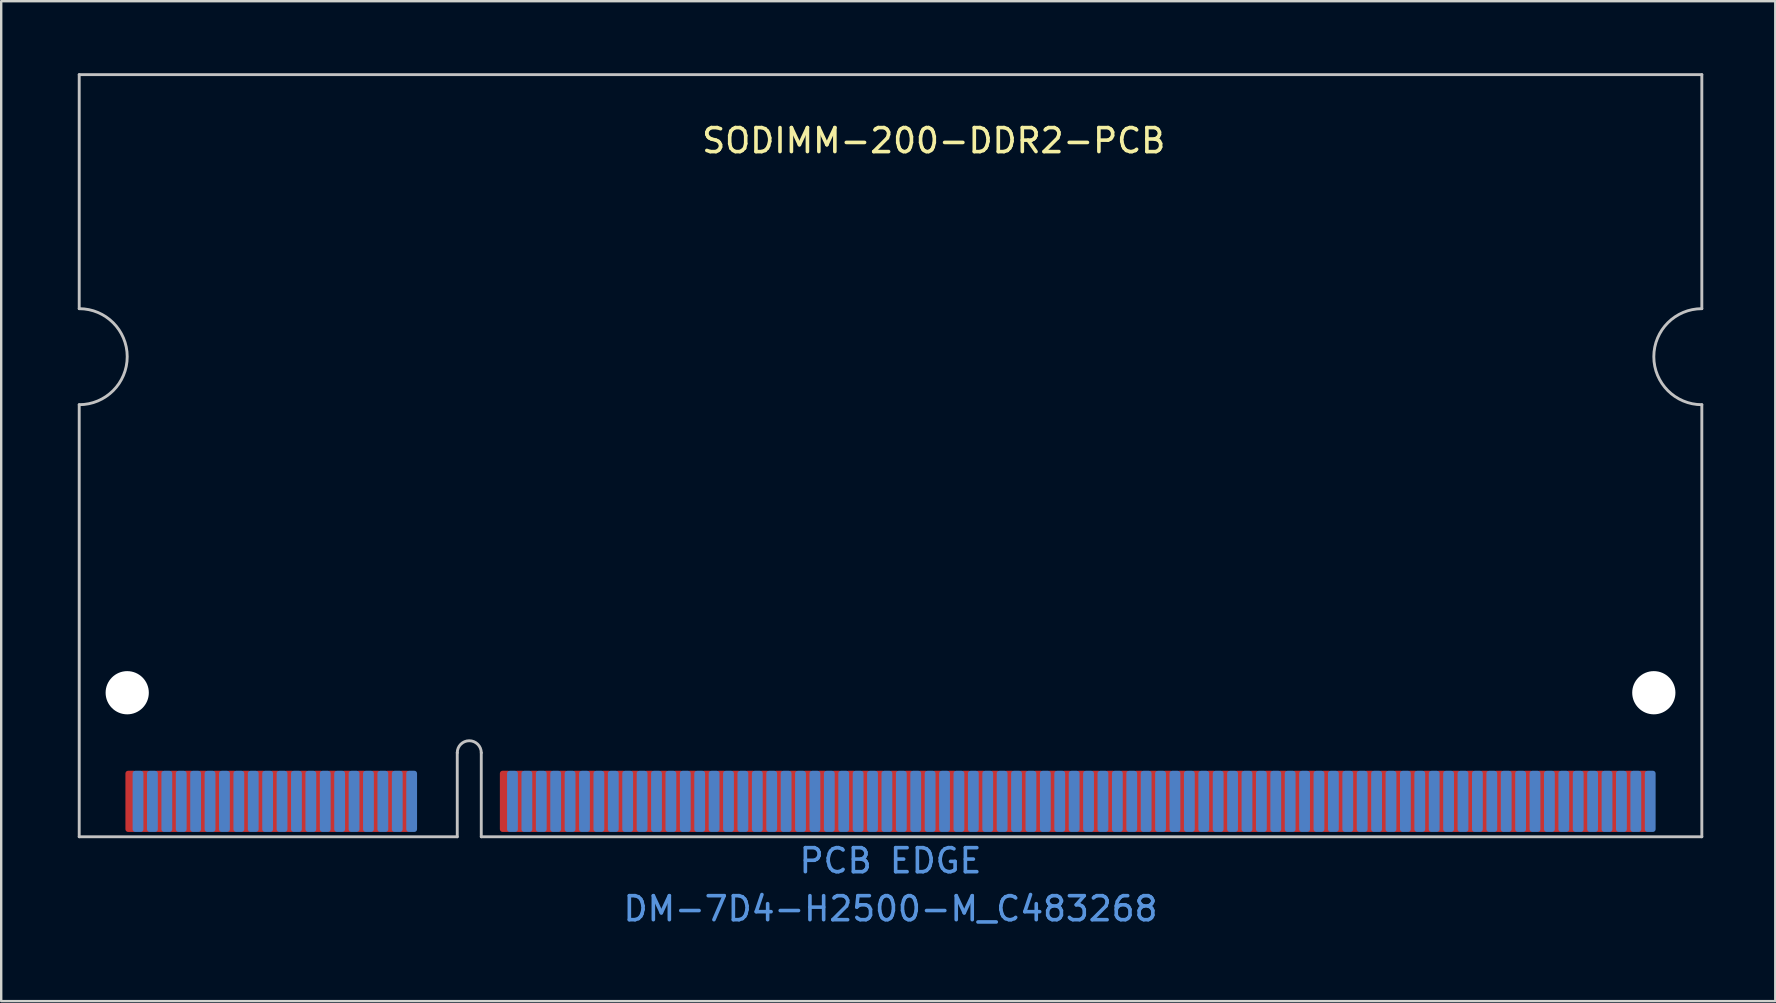
<source format=kicad_pcb>
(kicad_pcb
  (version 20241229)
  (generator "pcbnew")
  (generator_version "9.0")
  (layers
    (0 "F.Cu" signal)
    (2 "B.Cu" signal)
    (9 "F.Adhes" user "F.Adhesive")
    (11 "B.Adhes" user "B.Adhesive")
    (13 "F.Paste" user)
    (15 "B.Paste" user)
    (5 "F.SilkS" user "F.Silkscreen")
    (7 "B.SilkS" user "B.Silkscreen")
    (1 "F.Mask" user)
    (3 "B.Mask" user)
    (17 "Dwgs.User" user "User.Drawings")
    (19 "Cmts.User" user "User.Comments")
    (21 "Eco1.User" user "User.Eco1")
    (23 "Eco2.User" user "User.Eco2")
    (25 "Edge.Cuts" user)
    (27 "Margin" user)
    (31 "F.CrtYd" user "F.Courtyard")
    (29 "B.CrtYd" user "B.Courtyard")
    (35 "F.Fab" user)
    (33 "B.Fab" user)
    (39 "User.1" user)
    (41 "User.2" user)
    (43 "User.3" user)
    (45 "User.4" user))
  (footprint "SODIMM-200-DDR2-PCB"
    (layer "F.Cu")
    (at 0.25 31.81)
    (property "Reference" "SODIMM-200-DDR2-PCB" (at 35.6 -29 0) (unlocked yes) (layer "F.SilkS") (effects (font (size 1 1) (thickness 0.15))))
    (attr smd)
    (fp_circle (center 2 -6) (end 3.9 -6) (stroke (width 0) (type solid)) (fill yes) (layer "F.Mask"))
    (fp_circle (center 16.25 -3.5) (end 17.25 -3.5) (stroke (width 0) (type solid)) (fill yes) (layer "F.Mask"))
    (fp_circle (center 65.6 -6) (end 67.5 -6) (stroke (width 0) (type solid)) (fill yes) (layer "F.Mask"))
    (fp_poly (pts (xy 3 -4) (xy 64.6 -4) (xy 64.6 -20) (xy 67.6 -20) (xy 67.6 0) (xy 0 0) (xy 0 -20) (xy 3 -20)) (stroke (width 0) (type solid)) (fill yes) (layer "F.Mask"))
    (fp_poly (pts (xy 3 -20) (xy 2.995 -20.251) (xy 2.946 -20.594) (xy 2.858 -20.929) (xy 2.732 -21.251) (xy 2.57 -21.557) (xy 2.374 -21.842) (xy 2.147 -22.103) (xy 1.891 -22.335) (xy 1.61 -22.537) (xy 1.308 -22.706) (xy 0.988 -22.838) (xy 0.656 -22.933) (xy 0.314 -22.989) (xy 0 -23) (xy 0 -20)) (stroke (width 0) (type solid)) (fill yes) (layer "F.Mask"))
    (fp_poly (pts (xy 67.6 -23) (xy 67.349 -22.995) (xy 67.006 -22.946) (xy 66.671 -22.858) (xy 66.349 -22.732) (xy 66.043 -22.57) (xy 65.758 -22.374) (xy 65.497 -22.147) (xy 65.265 -21.891) (xy 65.063 -21.61) (xy 64.894 -21.308) (xy 64.762 -20.988) (xy 64.667 -20.656) (xy 64.611 -20.314) (xy 64.6 -20) (xy 67.6 -20)) (stroke (width 0) (type solid)) (fill yes) (layer "F.Mask"))
    (fp_circle (center 2 -6) (end 3.9 -6) (stroke (width 0) (type solid)) (fill yes) (layer "B.Mask"))
    (fp_circle (center 16.25 -3.5) (end 17.25 -3.5) (stroke (width 0) (type solid)) (fill yes) (layer "B.Mask"))
    (fp_circle (center 65.6 -6) (end 67.5 -6) (stroke (width 0) (type solid)) (fill yes) (layer "B.Mask"))
    (fp_poly (pts (xy 3 -4) (xy 64.6 -4) (xy 64.6 -20) (xy 67.6 -20) (xy 67.6 0) (xy 0 0) (xy 0 -20) (xy 3 -20)) (stroke (width 0) (type solid)) (fill yes) (layer "B.Mask"))
    (fp_poly (pts (xy 3 -20) (xy 2.995 -20.251) (xy 2.946 -20.594) (xy 2.858 -20.929) (xy 2.732 -21.251) (xy 2.57 -21.557) (xy 2.374 -21.842) (xy 2.147 -22.103) (xy 1.891 -22.335) (xy 1.61 -22.537) (xy 1.308 -22.706) (xy 0.988 -22.838) (xy 0.656 -22.933) (xy 0.314 -22.989) (xy 0 -23) (xy 0 -20)) (stroke (width 0) (type solid)) (fill yes) (layer "B.Mask"))
    (fp_poly (pts (xy 67.6 -23) (xy 67.349 -22.995) (xy 67.006 -22.946) (xy 66.671 -22.858) (xy 66.349 -22.732) (xy 66.043 -22.57) (xy 65.758 -22.374) (xy 65.497 -22.147) (xy 65.265 -21.891) (xy 65.063 -21.61) (xy 64.894 -21.308) (xy 64.762 -20.988) (xy 64.667 -20.656) (xy 64.611 -20.314) (xy 64.6 -20) (xy 67.6 -20)) (stroke (width 0) (type solid)) (fill yes) (layer "B.Mask"))
    (fp_line (start 0 -22) (end 0 -31.75) (stroke (width 0.12) (type solid)) (layer "Dwgs.User"))
    (fp_line (start 0 -18) (end 0 0) (stroke (width 0.12) (type solid)) (layer "Dwgs.User"))
    (fp_line (start 15.75 -3.5) (end 15.75 0) (stroke (width 0.12) (type solid)) (layer "Dwgs.User"))
    (fp_line (start 15.75 0) (end 0 0) (stroke (width 0.12) (type solid)) (layer "Dwgs.User"))
    (fp_line (start 16.75 -3.5) (end 16.75 0) (stroke (width 0.12) (type solid)) (layer "Dwgs.User"))
    (fp_line (start 16.75 0) (end 67.6 0) (stroke (width 0.12) (type solid)) (layer "Dwgs.User"))
    (fp_line (start 67.6 -31.75) (end 0 -31.75) (stroke (width 0.12) (type solid)) (layer "Dwgs.User"))
    (fp_line (start 67.6 -22) (end 67.6 -31.75) (stroke (width 0.12) (type solid)) (layer "Dwgs.User"))
    (fp_line (start 67.6 0) (end 67.6 -18) (stroke (width 0.12) (type solid)) (layer "Dwgs.User"))
    (fp_arc (start 0 -22) (mid 2 -20) (end 0 -18) (stroke (width 0.12) (type solid)) (layer "Dwgs.User"))
    (fp_arc (start 15.75 -3.5) (mid 16.25 -4) (end 16.75 -3.5) (stroke (width 0.12) (type solid)) (layer "Dwgs.User"))
    (fp_arc (start 67.6 -18) (mid 65.6 -20) (end 67.6 -22) (stroke (width 0.12) (type solid)) (layer "Dwgs.User"))
    (fp_text user "PCB EDGE" (at 33.8 1 0) (unlocked yes) (layer "Cmts.User") (effects (font (size 1 1) (thickness 0.15))))
    (fp_text user "DM-7D4-H2500-M_C483268" (at 33.8 3 0) (unlocked yes) (layer "Cmts.User") (effects (font (size 1 1) (thickness 0.15))))
    (pad "" np_thru_hole circle (at 2 -6) (size 1.8 1.8) (drill 1.8) (layers "*.Cu" "*.Mask"))
    (pad "" np_thru_hole circle (at 65.6 -6) (size 1.8 1.8) (drill 1.8) (layers "*.Cu" "*.Mask"))
    (pad "1" smd roundrect (at 2.15 -1.475) (size 0.45 2.55) (layers "F.Cu" "F.Mask") (roundrect_rratio 0.25))
    (pad "2" smd roundrect (at 2.45 -1.475) (size 0.45 2.55) (layers "B.Cu" "B.Mask") (roundrect_rratio 0.25))
    (pad "3" smd roundrect (at 2.75 -1.475) (size 0.45 2.55) (layers "F.Cu" "F.Mask") (roundrect_rratio 0.25))
    (pad "4" smd roundrect (at 3.05 -1.475) (size 0.45 2.55) (layers "B.Cu" "B.Mask") (roundrect_rratio 0.25))
    (pad "5" smd roundrect (at 3.35 -1.475) (size 0.45 2.55) (layers "F.Cu" "F.Mask") (roundrect_rratio 0.25))
    (pad "6" smd roundrect (at 3.65 -1.475) (size 0.45 2.55) (layers "B.Cu" "B.Mask") (roundrect_rratio 0.25))
    (pad "7" smd roundrect (at 3.95 -1.475) (size 0.45 2.55) (layers "F.Cu" "F.Mask") (roundrect_rratio 0.25))
    (pad "8" smd roundrect (at 4.25 -1.475) (size 0.45 2.55) (layers "B.Cu" "B.Mask") (roundrect_rratio 0.25))
    (pad "9" smd roundrect (at 4.55 -1.475) (size 0.45 2.55) (layers "F.Cu" "F.Mask") (roundrect_rratio 0.25))
    (pad "10" smd roundrect (at 4.85 -1.475) (size 0.45 2.55) (layers "B.Cu" "B.Mask") (roundrect_rratio 0.25))
    (pad "11" smd roundrect (at 5.15 -1.475) (size 0.45 2.55) (layers "F.Cu" "F.Mask") (roundrect_rratio 0.25))
    (pad "12" smd roundrect (at 5.45 -1.475) (size 0.45 2.55) (layers "B.Cu" "B.Mask") (roundrect_rratio 0.25))
    (pad "13" smd roundrect (at 5.75 -1.475) (size 0.45 2.55) (layers "F.Cu" "F.Mask") (roundrect_rratio 0.25))
    (pad "14" smd roundrect (at 6.05 -1.475) (size 0.45 2.55) (layers "B.Cu" "B.Mask") (roundrect_rratio 0.25))
    (pad "15" smd roundrect (at 6.35 -1.475) (size 0.45 2.55) (layers "F.Cu" "F.Mask") (roundrect_rratio 0.25))
    (pad "16" smd roundrect (at 6.65 -1.475) (size 0.45 2.55) (layers "B.Cu" "B.Mask") (roundrect_rratio 0.25))
    (pad "17" smd roundrect (at 6.95 -1.475) (size 0.45 2.55) (layers "F.Cu" "F.Mask") (roundrect_rratio 0.25))
    (pad "18" smd roundrect (at 7.25 -1.475) (size 0.45 2.55) (layers "B.Cu" "B.Mask") (roundrect_rratio 0.25))
    (pad "19" smd roundrect (at 7.55 -1.475) (size 0.45 2.55) (layers "F.Cu" "F.Mask") (roundrect_rratio 0.25))
    (pad "20" smd roundrect (at 7.85 -1.475) (size 0.45 2.55) (layers "B.Cu" "B.Mask") (roundrect_rratio 0.25))
    (pad "21" smd roundrect (at 8.15 -1.475) (size 0.45 2.55) (layers "F.Cu" "F.Mask") (roundrect_rratio 0.25))
    (pad "22" smd roundrect (at 8.45 -1.475) (size 0.45 2.55) (layers "B.Cu" "B.Mask") (roundrect_rratio 0.25))
    (pad "23" smd roundrect (at 8.75 -1.475) (size 0.45 2.55) (layers "F.Cu" "F.Mask") (roundrect_rratio 0.25))
    (pad "24" smd roundrect (at 9.05 -1.475) (size 0.45 2.55) (layers "B.Cu" "B.Mask") (roundrect_rratio 0.25))
    (pad "25" smd roundrect (at 9.35 -1.475) (size 0.45 2.55) (layers "F.Cu" "F.Mask") (roundrect_rratio 0.25))
    (pad "26" smd roundrect (at 9.65 -1.475) (size 0.45 2.55) (layers "B.Cu" "B.Mask") (roundrect_rratio 0.25))
    (pad "27" smd roundrect (at 9.95 -1.475) (size 0.45 2.55) (layers "F.Cu" "F.Mask") (roundrect_rratio 0.25))
    (pad "28" smd roundrect (at 10.25 -1.475) (size 0.45 2.55) (layers "B.Cu" "B.Mask") (roundrect_rratio 0.25))
    (pad "29" smd roundrect (at 10.55 -1.475) (size 0.45 2.55) (layers "F.Cu" "F.Mask") (roundrect_rratio 0.25))
    (pad "30" smd roundrect (at 10.85 -1.475) (size 0.45 2.55) (layers "B.Cu" "B.Mask") (roundrect_rratio 0.25))
    (pad "31" smd roundrect (at 11.15 -1.475) (size 0.45 2.55) (layers "F.Cu" "F.Mask") (roundrect_rratio 0.25))
    (pad "32" smd roundrect (at 11.45 -1.475) (size 0.45 2.55) (layers "B.Cu" "B.Mask") (roundrect_rratio 0.25))
    (pad "33" smd roundrect (at 11.75 -1.475) (size 0.45 2.55) (layers "F.Cu" "F.Mask") (roundrect_rratio 0.25))
    (pad "34" smd roundrect (at 12.05 -1.475) (size 0.45 2.55) (layers "B.Cu" "B.Mask") (roundrect_rratio 0.25))
    (pad "35" smd roundrect (at 12.35 -1.475) (size 0.45 2.55) (layers "F.Cu" "F.Mask") (roundrect_rratio 0.25))
    (pad "36" smd roundrect (at 12.65 -1.475) (size 0.45 2.55) (layers "B.Cu" "B.Mask") (roundrect_rratio 0.25))
    (pad "37" smd roundrect (at 12.95 -1.475) (size 0.45 2.55) (layers "F.Cu" "F.Mask") (roundrect_rratio 0.25))
    (pad "38" smd roundrect (at 13.25 -1.475) (size 0.45 2.55) (layers "B.Cu" "B.Mask") (roundrect_rratio 0.25))
    (pad "39" smd roundrect (at 13.55 -1.475) (size 0.45 2.55) (layers "F.Cu" "F.Mask") (roundrect_rratio 0.25))
    (pad "40" smd roundrect (at 13.85 -1.475) (size 0.45 2.55) (layers "B.Cu" "B.Mask") (roundrect_rratio 0.25))
    (pad "41" smd roundrect (at 17.75 -1.475) (size 0.45 2.55) (layers "F.Cu" "F.Mask") (roundrect_rratio 0.25))
    (pad "42" smd roundrect (at 18.05 -1.475) (size 0.45 2.55) (layers "B.Cu" "B.Mask") (roundrect_rratio 0.25))
    (pad "43" smd roundrect (at 18.35 -1.475) (size 0.45 2.55) (layers "F.Cu" "F.Mask") (roundrect_rratio 0.25))
    (pad "44" smd roundrect (at 18.65 -1.475) (size 0.45 2.55) (layers "B.Cu" "B.Mask") (roundrect_rratio 0.25))
    (pad "45" smd roundrect (at 18.95 -1.475) (size 0.45 2.55) (layers "F.Cu" "F.Mask") (roundrect_rratio 0.25))
    (pad "46" smd roundrect (at 19.25 -1.475) (size 0.45 2.55) (layers "B.Cu" "B.Mask") (roundrect_rratio 0.25))
    (pad "47" smd roundrect (at 19.55 -1.475) (size 0.45 2.55) (layers "F.Cu" "F.Mask") (roundrect_rratio 0.25))
    (pad "48" smd roundrect (at 19.85 -1.475) (size 0.45 2.55) (layers "B.Cu" "B.Mask") (roundrect_rratio 0.25))
    (pad "49" smd roundrect (at 20.15 -1.475) (size 0.45 2.55) (layers "F.Cu" "F.Mask") (roundrect_rratio 0.25))
    (pad "50" smd roundrect (at 20.45 -1.475) (size 0.45 2.55) (layers "B.Cu" "B.Mask") (roundrect_rratio 0.25))
    (pad "51" smd roundrect (at 20.75 -1.475) (size 0.45 2.55) (layers "F.Cu" "F.Mask") (roundrect_rratio 0.25))
    (pad "52" smd roundrect (at 21.05 -1.475) (size 0.45 2.55) (layers "B.Cu" "B.Mask") (roundrect_rratio 0.25))
    (pad "53" smd roundrect (at 21.35 -1.475) (size 0.45 2.55) (layers "F.Cu" "F.Mask") (roundrect_rratio 0.25))
    (pad "54" smd roundrect (at 21.65 -1.475) (size 0.45 2.55) (layers "B.Cu" "B.Mask") (roundrect_rratio 0.25))
    (pad "55" smd roundrect (at 21.95 -1.475) (size 0.45 2.55) (layers "F.Cu" "F.Mask") (roundrect_rratio 0.25))
    (pad "56" smd roundrect (at 22.25 -1.475) (size 0.45 2.55) (layers "B.Cu" "B.Mask") (roundrect_rratio 0.25))
    (pad "57" smd roundrect (at 22.55 -1.475) (size 0.45 2.55) (layers "F.Cu" "F.Mask") (roundrect_rratio 0.25))
    (pad "58" smd roundrect (at 22.85 -1.475) (size 0.45 2.55) (layers "B.Cu" "B.Mask") (roundrect_rratio 0.25))
    (pad "59" smd roundrect (at 23.15 -1.475) (size 0.45 2.55) (layers "F.Cu" "F.Mask") (roundrect_rratio 0.25))
    (pad "60" smd roundrect (at 23.45 -1.475) (size 0.45 2.55) (layers "B.Cu" "B.Mask") (roundrect_rratio 0.25))
    (pad "61" smd roundrect (at 23.75 -1.475) (size 0.45 2.55) (layers "F.Cu" "F.Mask") (roundrect_rratio 0.25))
    (pad "62" smd roundrect (at 24.05 -1.475) (size 0.45 2.55) (layers "B.Cu" "B.Mask") (roundrect_rratio 0.25))
    (pad "63" smd roundrect (at 24.35 -1.475) (size 0.45 2.55) (layers "F.Cu" "F.Mask") (roundrect_rratio 0.25))
    (pad "64" smd roundrect (at 24.65 -1.475) (size 0.45 2.55) (layers "B.Cu" "B.Mask") (roundrect_rratio 0.25))
    (pad "65" smd roundrect (at 24.95 -1.475) (size 0.45 2.55) (layers "F.Cu" "F.Mask") (roundrect_rratio 0.25))
    (pad "66" smd roundrect (at 25.25 -1.475) (size 0.45 2.55) (layers "B.Cu" "B.Mask") (roundrect_rratio 0.25))
    (pad "67" smd roundrect (at 25.55 -1.475) (size 0.45 2.55) (layers "F.Cu" "F.Mask") (roundrect_rratio 0.25))
    (pad "68" smd roundrect (at 25.85 -1.475) (size 0.45 2.55) (layers "B.Cu" "B.Mask") (roundrect_rratio 0.25))
    (pad "69" smd roundrect (at 26.15 -1.475) (size 0.45 2.55) (layers "F.Cu" "F.Mask") (roundrect_rratio 0.25))
    (pad "70" smd roundrect (at 26.45 -1.475) (size 0.45 2.55) (layers "B.Cu" "B.Mask") (roundrect_rratio 0.25))
    (pad "71" smd roundrect (at 26.75 -1.475) (size 0.45 2.55) (layers "F.Cu" "F.Mask") (roundrect_rratio 0.25))
    (pad "72" smd roundrect (at 27.05 -1.475) (size 0.45 2.55) (layers "B.Cu" "B.Mask") (roundrect_rratio 0.25))
    (pad "73" smd roundrect (at 27.35 -1.475) (size 0.45 2.55) (layers "F.Cu" "F.Mask") (roundrect_rratio 0.25))
    (pad "74" smd roundrect (at 27.65 -1.475) (size 0.45 2.55) (layers "B.Cu" "B.Mask") (roundrect_rratio 0.25))
    (pad "75" smd roundrect (at 27.95 -1.475) (size 0.45 2.55) (layers "F.Cu" "F.Mask") (roundrect_rratio 0.25))
    (pad "76" smd roundrect (at 28.25 -1.475) (size 0.45 2.55) (layers "B.Cu" "B.Mask") (roundrect_rratio 0.25))
    (pad "77" smd roundrect (at 28.55 -1.475) (size 0.45 2.55) (layers "F.Cu" "F.Mask") (roundrect_rratio 0.25))
    (pad "78" smd roundrect (at 28.85 -1.475) (size 0.45 2.55) (layers "B.Cu" "B.Mask") (roundrect_rratio 0.25))
    (pad "79" smd roundrect (at 29.15 -1.475) (size 0.45 2.55) (layers "F.Cu" "F.Mask") (roundrect_rratio 0.25))
    (pad "80" smd roundrect (at 29.45 -1.475) (size 0.45 2.55) (layers "B.Cu" "B.Mask") (roundrect_rratio 0.25))
    (pad "81" smd roundrect (at 29.75 -1.475) (size 0.45 2.55) (layers "F.Cu" "F.Mask") (roundrect_rratio 0.25))
    (pad "82" smd roundrect (at 30.05 -1.475) (size 0.45 2.55) (layers "B.Cu" "B.Mask") (roundrect_rratio 0.25))
    (pad "83" smd roundrect (at 30.35 -1.475) (size 0.45 2.55) (layers "F.Cu" "F.Mask") (roundrect_rratio 0.25))
    (pad "84" smd roundrect (at 30.65 -1.475) (size 0.45 2.55) (layers "B.Cu" "B.Mask") (roundrect_rratio 0.25))
    (pad "85" smd roundrect (at 30.95 -1.475) (size 0.45 2.55) (layers "F.Cu" "F.Mask") (roundrect_rratio 0.25))
    (pad "86" smd roundrect (at 31.25 -1.475) (size 0.45 2.55) (layers "B.Cu" "B.Mask") (roundrect_rratio 0.25))
    (pad "87" smd roundrect (at 31.55 -1.475) (size 0.45 2.55) (layers "F.Cu" "F.Mask") (roundrect_rratio 0.25))
    (pad "88" smd roundrect (at 31.85 -1.475) (size 0.45 2.55) (layers "B.Cu" "B.Mask") (roundrect_rratio 0.25))
    (pad "89" smd roundrect (at 32.15 -1.475) (size 0.45 2.55) (layers "F.Cu" "F.Mask") (roundrect_rratio 0.25))
    (pad "90" smd roundrect (at 32.45 -1.475) (size 0.45 2.55) (layers "B.Cu" "B.Mask") (roundrect_rratio 0.25))
    (pad "91" smd roundrect (at 32.75 -1.475) (size 0.45 2.55) (layers "F.Cu" "F.Mask") (roundrect_rratio 0.25))
    (pad "92" smd roundrect (at 33.05 -1.475) (size 0.45 2.55) (layers "B.Cu" "B.Mask") (roundrect_rratio 0.25))
    (pad "93" smd roundrect (at 33.35 -1.475) (size 0.45 2.55) (layers "F.Cu" "F.Mask") (roundrect_rratio 0.25))
    (pad "94" smd roundrect (at 33.65 -1.475) (size 0.45 2.55) (layers "B.Cu" "B.Mask") (roundrect_rratio 0.25))
    (pad "95" smd roundrect (at 33.95 -1.475) (size 0.45 2.55) (layers "F.Cu" "F.Mask") (roundrect_rratio 0.25))
    (pad "96" smd roundrect (at 34.25 -1.475) (size 0.45 2.55) (layers "B.Cu" "B.Mask") (roundrect_rratio 0.25))
    (pad "97" smd roundrect (at 34.55 -1.475) (size 0.45 2.55) (layers "F.Cu" "F.Mask") (roundrect_rratio 0.25))
    (pad "98" smd roundrect (at 34.85 -1.475) (size 0.45 2.55) (layers "B.Cu" "B.Mask") (roundrect_rratio 0.25))
    (pad "99" smd roundrect (at 35.15 -1.475) (size 0.45 2.55) (layers "F.Cu" "F.Mask") (roundrect_rratio 0.25))
    (pad "100" smd roundrect (at 35.45 -1.475) (size 0.45 2.55) (layers "B.Cu" "B.Mask") (roundrect_rratio 0.25))
    (pad "101" smd roundrect (at 35.75 -1.475) (size 0.45 2.55) (layers "F.Cu" "F.Mask") (roundrect_rratio 0.25))
    (pad "102" smd roundrect (at 36.05 -1.475) (size 0.45 2.55) (layers "B.Cu" "B.Mask") (roundrect_rratio 0.25))
    (pad "103" smd roundrect (at 36.35 -1.475) (size 0.45 2.55) (layers "F.Cu" "F.Mask") (roundrect_rratio 0.25))
    (pad "104" smd roundrect (at 36.65 -1.475) (size 0.45 2.55) (layers "B.Cu" "B.Mask") (roundrect_rratio 0.25))
    (pad "105" smd roundrect (at 36.95 -1.475) (size 0.45 2.55) (layers "F.Cu" "F.Mask") (roundrect_rratio 0.25))
    (pad "106" smd roundrect (at 37.25 -1.475) (size 0.45 2.55) (layers "B.Cu" "B.Mask") (roundrect_rratio 0.25))
    (pad "107" smd roundrect (at 37.55 -1.475) (size 0.45 2.55) (layers "F.Cu" "F.Mask") (roundrect_rratio 0.25))
    (pad "108" smd roundrect (at 37.85 -1.475) (size 0.45 2.55) (layers "B.Cu" "B.Mask") (roundrect_rratio 0.25))
    (pad "109" smd roundrect (at 38.15 -1.475) (size 0.45 2.55) (layers "F.Cu" "F.Mask") (roundrect_rratio 0.25))
    (pad "110" smd roundrect (at 38.45 -1.475) (size 0.45 2.55) (layers "B.Cu" "B.Mask") (roundrect_rratio 0.25))
    (pad "111" smd roundrect (at 38.75 -1.475) (size 0.45 2.55) (layers "F.Cu" "F.Mask") (roundrect_rratio 0.25))
    (pad "112" smd roundrect (at 39.05 -1.475) (size 0.45 2.55) (layers "B.Cu" "B.Mask") (roundrect_rratio 0.25))
    (pad "113" smd roundrect (at 39.35 -1.475) (size 0.45 2.55) (layers "F.Cu" "F.Mask") (roundrect_rratio 0.25))
    (pad "114" smd roundrect (at 39.65 -1.475) (size 0.45 2.55) (layers "B.Cu" "B.Mask") (roundrect_rratio 0.25))
    (pad "115" smd roundrect (at 39.95 -1.475) (size 0.45 2.55) (layers "F.Cu" "F.Mask") (roundrect_rratio 0.25))
    (pad "116" smd roundrect (at 40.25 -1.475) (size 0.45 2.55) (layers "B.Cu" "B.Mask") (roundrect_rratio 0.25))
    (pad "117" smd roundrect (at 40.55 -1.475) (size 0.45 2.55) (layers "F.Cu" "F.Mask") (roundrect_rratio 0.25))
    (pad "118" smd roundrect (at 40.85 -1.475) (size 0.45 2.55) (layers "B.Cu" "B.Mask") (roundrect_rratio 0.25))
    (pad "119" smd roundrect (at 41.15 -1.475) (size 0.45 2.55) (layers "F.Cu" "F.Mask") (roundrect_rratio 0.25))
    (pad "120" smd roundrect (at 41.45 -1.475) (size 0.45 2.55) (layers "B.Cu" "B.Mask") (roundrect_rratio 0.25))
    (pad "121" smd roundrect (at 41.75 -1.475) (size 0.45 2.55) (layers "F.Cu" "F.Mask") (roundrect_rratio 0.25))
    (pad "122" smd roundrect (at 42.05 -1.475) (size 0.45 2.55) (layers "B.Cu" "B.Mask") (roundrect_rratio 0.25))
    (pad "123" smd roundrect (at 42.35 -1.475) (size 0.45 2.55) (layers "F.Cu" "F.Mask") (roundrect_rratio 0.25))
    (pad "124" smd roundrect (at 42.65 -1.475) (size 0.45 2.55) (layers "B.Cu" "B.Mask") (roundrect_rratio 0.25))
    (pad "125" smd roundrect (at 42.95 -1.475) (size 0.45 2.55) (layers "F.Cu" "F.Mask") (roundrect_rratio 0.25))
    (pad "126" smd roundrect (at 43.25 -1.475) (size 0.45 2.55) (layers "B.Cu" "B.Mask") (roundrect_rratio 0.25))
    (pad "127" smd roundrect (at 43.55 -1.475) (size 0.45 2.55) (layers "F.Cu" "F.Mask") (roundrect_rratio 0.25))
    (pad "128" smd roundrect (at 43.85 -1.475) (size 0.45 2.55) (layers "B.Cu" "B.Mask") (roundrect_rratio 0.25))
    (pad "129" smd roundrect (at 44.15 -1.475) (size 0.45 2.55) (layers "F.Cu" "F.Mask") (roundrect_rratio 0.25))
    (pad "130" smd roundrect (at 44.45 -1.475) (size 0.45 2.55) (layers "B.Cu" "B.Mask") (roundrect_rratio 0.25))
    (pad "131" smd roundrect (at 44.75 -1.475) (size 0.45 2.55) (layers "F.Cu" "F.Mask") (roundrect_rratio 0.25))
    (pad "132" smd roundrect (at 45.05 -1.475) (size 0.45 2.55) (layers "B.Cu" "B.Mask") (roundrect_rratio 0.25))
    (pad "133" smd roundrect (at 45.35 -1.475) (size 0.45 2.55) (layers "F.Cu" "F.Mask") (roundrect_rratio 0.25))
    (pad "134" smd roundrect (at 45.65 -1.475) (size 0.45 2.55) (layers "B.Cu" "B.Mask") (roundrect_rratio 0.25))
    (pad "135" smd roundrect (at 45.95 -1.475) (size 0.45 2.55) (layers "F.Cu" "F.Mask") (roundrect_rratio 0.25))
    (pad "136" smd roundrect (at 46.25 -1.475) (size 0.45 2.55) (layers "B.Cu" "B.Mask") (roundrect_rratio 0.25))
    (pad "137" smd roundrect (at 46.55 -1.475) (size 0.45 2.55) (layers "F.Cu" "F.Mask") (roundrect_rratio 0.25))
    (pad "138" smd roundrect (at 46.85 -1.475) (size 0.45 2.55) (layers "B.Cu" "B.Mask") (roundrect_rratio 0.25))
    (pad "139" smd roundrect (at 47.15 -1.475) (size 0.45 2.55) (layers "F.Cu" "F.Mask") (roundrect_rratio 0.25))
    (pad "140" smd roundrect (at 47.45 -1.475) (size 0.45 2.55) (layers "B.Cu" "B.Mask") (roundrect_rratio 0.25))
    (pad "141" smd roundrect (at 47.75 -1.475) (size 0.45 2.55) (layers "F.Cu" "F.Mask") (roundrect_rratio 0.25))
    (pad "142" smd roundrect (at 48.05 -1.475) (size 0.45 2.55) (layers "B.Cu" "B.Mask") (roundrect_rratio 0.25))
    (pad "143" smd roundrect (at 48.35 -1.475) (size 0.45 2.55) (layers "F.Cu" "F.Mask") (roundrect_rratio 0.25))
    (pad "144" smd roundrect (at 48.65 -1.475) (size 0.45 2.55) (layers "B.Cu" "B.Mask") (roundrect_rratio 0.25))
    (pad "145" smd roundrect (at 48.95 -1.475) (size 0.45 2.55) (layers "F.Cu" "F.Mask") (roundrect_rratio 0.25))
    (pad "146" smd roundrect (at 49.25 -1.475) (size 0.45 2.55) (layers "B.Cu" "B.Mask") (roundrect_rratio 0.25))
    (pad "147" smd roundrect (at 49.55 -1.475) (size 0.45 2.55) (layers "F.Cu" "F.Mask") (roundrect_rratio 0.25))
    (pad "148" smd roundrect (at 49.85 -1.475) (size 0.45 2.55) (layers "B.Cu" "B.Mask") (roundrect_rratio 0.25))
    (pad "149" smd roundrect (at 50.15 -1.475) (size 0.45 2.55) (layers "F.Cu" "F.Mask") (roundrect_rratio 0.25))
    (pad "150" smd roundrect (at 50.45 -1.475) (size 0.45 2.55) (layers "B.Cu" "B.Mask") (roundrect_rratio 0.25))
    (pad "151" smd roundrect (at 50.75 -1.475) (size 0.45 2.55) (layers "F.Cu" "F.Mask") (roundrect_rratio 0.25))
    (pad "152" smd roundrect (at 51.05 -1.475) (size 0.45 2.55) (layers "B.Cu" "B.Mask") (roundrect_rratio 0.25))
    (pad "153" smd roundrect (at 51.35 -1.475) (size 0.45 2.55) (layers "F.Cu" "F.Mask") (roundrect_rratio 0.25))
    (pad "154" smd roundrect (at 51.65 -1.475) (size 0.45 2.55) (layers "B.Cu" "B.Mask") (roundrect_rratio 0.25))
    (pad "155" smd roundrect (at 51.95 -1.475) (size 0.45 2.55) (layers "F.Cu" "F.Mask") (roundrect_rratio 0.25))
    (pad "156" smd roundrect (at 52.25 -1.475) (size 0.45 2.55) (layers "B.Cu" "B.Mask") (roundrect_rratio 0.25))
    (pad "157" smd roundrect (at 52.55 -1.475) (size 0.45 2.55) (layers "F.Cu" "F.Mask") (roundrect_rratio 0.25))
    (pad "158" smd roundrect (at 52.85 -1.475) (size 0.45 2.55) (layers "B.Cu" "B.Mask") (roundrect_rratio 0.25))
    (pad "159" smd roundrect (at 53.15 -1.475) (size 0.45 2.55) (layers "F.Cu" "F.Mask") (roundrect_rratio 0.25))
    (pad "160" smd roundrect (at 53.45 -1.475) (size 0.45 2.55) (layers "B.Cu" "B.Mask") (roundrect_rratio 0.25))
    (pad "161" smd roundrect (at 53.75 -1.475) (size 0.45 2.55) (layers "F.Cu" "F.Mask") (roundrect_rratio 0.25))
    (pad "162" smd roundrect (at 54.05 -1.475) (size 0.45 2.55) (layers "B.Cu" "B.Mask") (roundrect_rratio 0.25))
    (pad "163" smd roundrect (at 54.35 -1.475) (size 0.45 2.55) (layers "F.Cu" "F.Mask") (roundrect_rratio 0.25))
    (pad "164" smd roundrect (at 54.65 -1.475) (size 0.45 2.55) (layers "B.Cu" "B.Mask") (roundrect_rratio 0.25))
    (pad "165" smd roundrect (at 54.95 -1.475) (size 0.45 2.55) (layers "F.Cu" "F.Mask") (roundrect_rratio 0.25))
    (pad "166" smd roundrect (at 55.25 -1.475) (size 0.45 2.55) (layers "B.Cu" "B.Mask") (roundrect_rratio 0.25))
    (pad "167" smd roundrect (at 55.55 -1.475) (size 0.45 2.55) (layers "F.Cu" "F.Mask") (roundrect_rratio 0.25))
    (pad "168" smd roundrect (at 55.85 -1.475) (size 0.45 2.55) (layers "B.Cu" "B.Mask") (roundrect_rratio 0.25))
    (pad "169" smd roundrect (at 56.15 -1.475) (size 0.45 2.55) (layers "F.Cu" "F.Mask") (roundrect_rratio 0.25))
    (pad "170" smd roundrect (at 56.45 -1.475) (size 0.45 2.55) (layers "B.Cu" "B.Mask") (roundrect_rratio 0.25))
    (pad "171" smd roundrect (at 56.75 -1.475) (size 0.45 2.55) (layers "F.Cu" "F.Mask") (roundrect_rratio 0.25))
    (pad "172" smd roundrect (at 57.05 -1.475) (size 0.45 2.55) (layers "B.Cu" "B.Mask") (roundrect_rratio 0.25))
    (pad "173" smd roundrect (at 57.35 -1.475) (size 0.45 2.55) (layers "F.Cu" "F.Mask") (roundrect_rratio 0.25))
    (pad "174" smd roundrect (at 57.65 -1.475) (size 0.45 2.55) (layers "B.Cu" "B.Mask") (roundrect_rratio 0.25))
    (pad "175" smd roundrect (at 57.95 -1.475) (size 0.45 2.55) (layers "F.Cu" "F.Mask") (roundrect_rratio 0.25))
    (pad "176" smd roundrect (at 58.25 -1.475) (size 0.45 2.55) (layers "B.Cu" "B.Mask") (roundrect_rratio 0.25))
    (pad "177" smd roundrect (at 58.55 -1.475) (size 0.45 2.55) (layers "F.Cu" "F.Mask") (roundrect_rratio 0.25))
    (pad "178" smd roundrect (at 58.85 -1.475) (size 0.45 2.55) (layers "B.Cu" "B.Mask") (roundrect_rratio 0.25))
    (pad "179" smd roundrect (at 59.15 -1.475) (size 0.45 2.55) (layers "F.Cu" "F.Mask") (roundrect_rratio 0.25))
    (pad "180" smd roundrect (at 59.45 -1.475) (size 0.45 2.55) (layers "B.Cu" "B.Mask") (roundrect_rratio 0.25))
    (pad "181" smd roundrect (at 59.75 -1.475) (size 0.45 2.55) (layers "F.Cu" "F.Mask") (roundrect_rratio 0.25))
    (pad "182" smd roundrect (at 60.05 -1.475) (size 0.45 2.55) (layers "B.Cu" "B.Mask") (roundrect_rratio 0.25))
    (pad "183" smd roundrect (at 60.35 -1.475) (size 0.45 2.55) (layers "F.Cu" "F.Mask") (roundrect_rratio 0.25))
    (pad "184" smd roundrect (at 60.65 -1.475) (size 0.45 2.55) (layers "B.Cu" "B.Mask") (roundrect_rratio 0.25))
    (pad "185" smd roundrect (at 60.95 -1.475) (size 0.45 2.55) (layers "F.Cu" "F.Mask") (roundrect_rratio 0.25))
    (pad "186" smd roundrect (at 61.25 -1.475) (size 0.45 2.55) (layers "B.Cu" "B.Mask") (roundrect_rratio 0.25))
    (pad "187" smd roundrect (at 61.55 -1.475) (size 0.45 2.55) (layers "F.Cu" "F.Mask") (roundrect_rratio 0.25))
    (pad "188" smd roundrect (at 61.85 -1.475) (size 0.45 2.55) (layers "B.Cu" "B.Mask") (roundrect_rratio 0.25))
    (pad "189" smd roundrect (at 62.15 -1.475) (size 0.45 2.55) (layers "F.Cu" "F.Mask") (roundrect_rratio 0.25))
    (pad "190" smd roundrect (at 62.45 -1.475) (size 0.45 2.55) (layers "B.Cu" "B.Mask") (roundrect_rratio 0.25))
    (pad "191" smd roundrect (at 62.75 -1.475) (size 0.45 2.55) (layers "F.Cu" "F.Mask") (roundrect_rratio 0.25))
    (pad "192" smd roundrect (at 63.05 -1.475) (size 0.45 2.55) (layers "B.Cu" "B.Mask") (roundrect_rratio 0.25))
    (pad "193" smd roundrect (at 63.35 -1.475) (size 0.45 2.55) (layers "F.Cu" "F.Mask") (roundrect_rratio 0.25))
    (pad "194" smd roundrect (at 63.65 -1.475) (size 0.45 2.55) (layers "B.Cu" "B.Mask") (roundrect_rratio 0.25))
    (pad "195" smd roundrect (at 63.95 -1.475) (size 0.45 2.55) (layers "F.Cu" "F.Mask") (roundrect_rratio 0.25))
    (pad "196" smd roundrect (at 64.25 -1.475) (size 0.45 2.55) (layers "B.Cu" "B.Mask") (roundrect_rratio 0.25))
    (pad "197" smd roundrect (at 64.55 -1.475) (size 0.45 2.55) (layers "F.Cu" "F.Mask") (roundrect_rratio 0.25))
    (pad "198" smd roundrect (at 64.85 -1.475) (size 0.45 2.55) (layers "B.Cu" "B.Mask") (roundrect_rratio 0.25))
    (pad "199" smd roundrect (at 65.15 -1.475) (size 0.45 2.55) (layers "F.Cu" "F.Mask") (roundrect_rratio 0.25))
    (pad "200" smd roundrect (at 65.45 -1.475) (size 0.45 2.55) (layers "B.Cu" "B.Mask") (roundrect_rratio 0.25)))
  (gr_rect
    (start -3 -3)
    (end 70.91 38.658)
    (stroke (width 0.1) (type default))
    (fill no)
    (layer "Edge.Cuts")))
</source>
